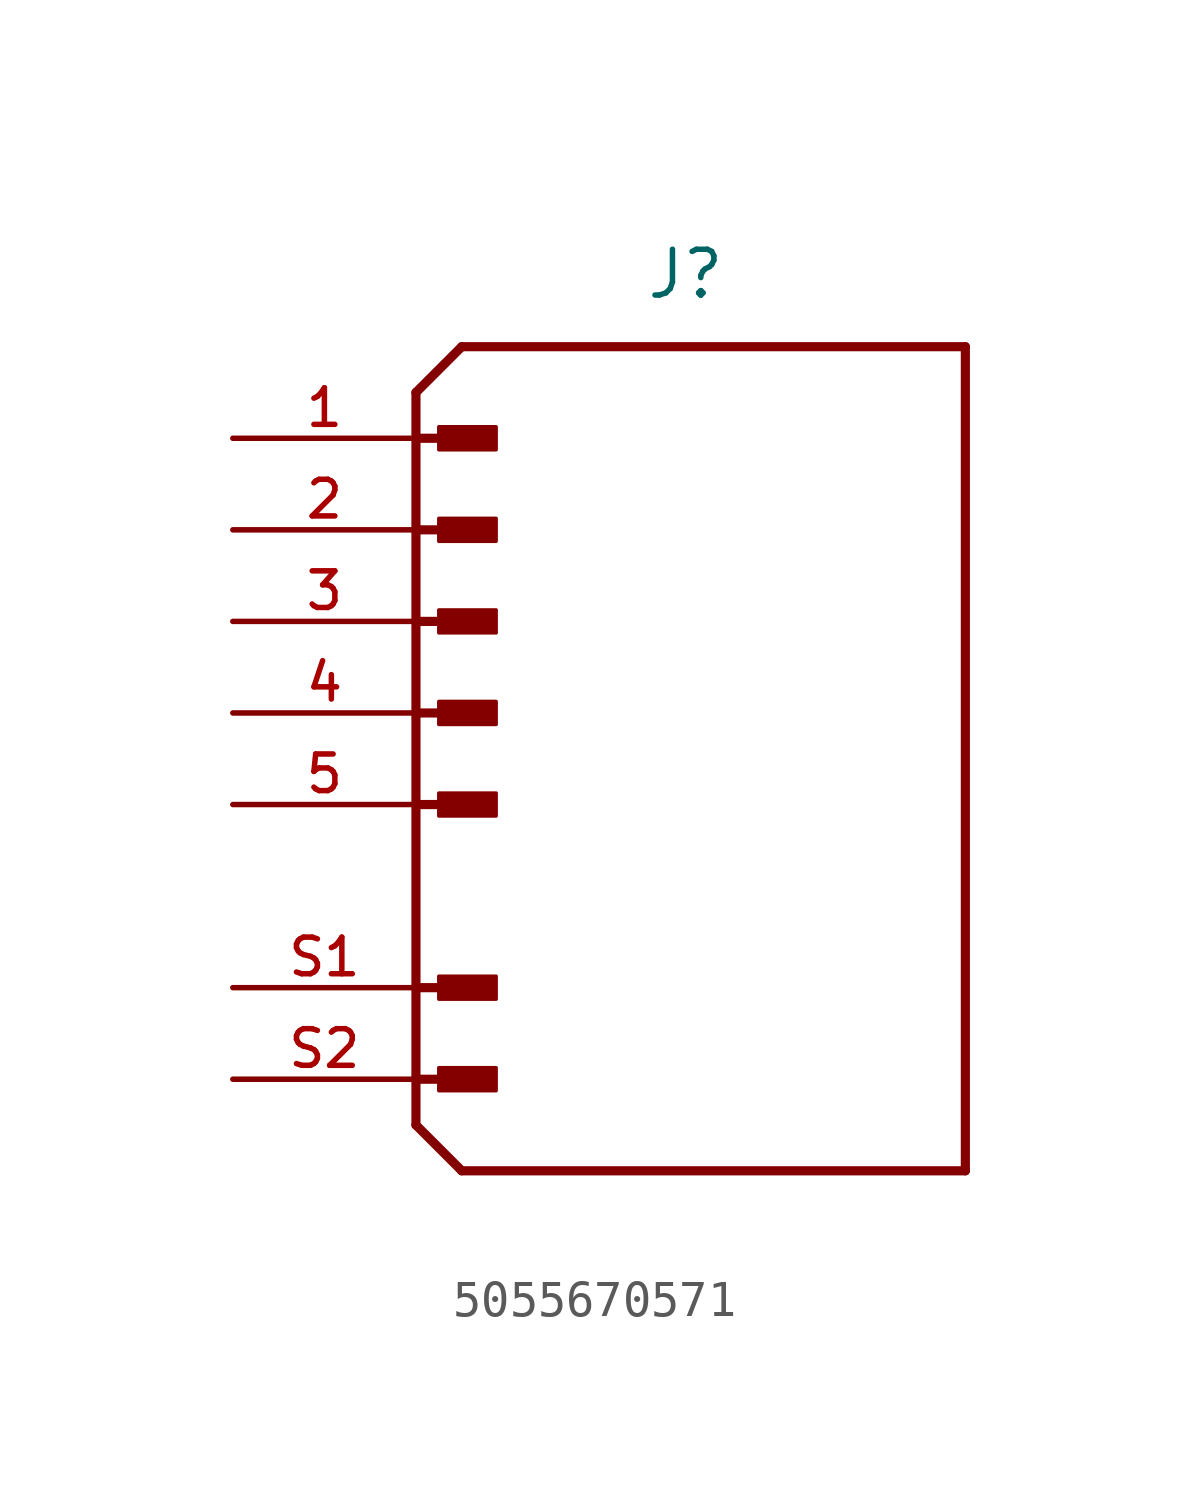
<source format=kicad_sym>
(kicad_symbol_lib
  (version 20211014)
  (generator kicad_symbol_editor)
  (symbol "5055670571"
    (pin_names
      (offset 1.016))
    (property "Reference" "J"
      (at -1.27 11.43 0)
      (effects (font (size 1.27 1.27)) (justify left bottom)))
    (symbol "5055670571_0_0"
      (rectangle (start -6.985 -10.477) (end -5.397 -9.842) (stroke (width 0.1) (type default) (color 0 0 0 0)) (fill (type outline)))
      (rectangle (start -6.985 -7.938) (end -5.397 -7.303) (stroke (width 0.1) (type default) (color 0 0 0 0)) (fill (type outline)))
      (rectangle (start -6.985 -2.857) (end -5.397 -2.223) (stroke (width 0.1) (type default) (color 0 0 0 0)) (fill (type outline)))
      (rectangle (start -6.985 -0.318) (end -5.397 0.318) (stroke (width 0.1) (type default) (color 0 0 0 0)) (fill (type outline)))
      (rectangle (start -6.985 2.223) (end -5.397 2.857) (stroke (width 0.1) (type default) (color 0 0 0 0)) (fill (type outline)))
      (rectangle (start -6.985 4.763) (end -5.397 5.397) (stroke (width 0.1) (type default) (color 0 0 0 0)) (fill (type outline)))
      (rectangle (start -6.985 7.303) (end -5.397 7.938) (stroke (width 0.1) (type default) (color 0 0 0 0)) (fill (type outline)))
      (polyline (pts (xy -7.62 -11.43) (xy -6.35 -12.7)) (stroke (width 0.254) (type default) (color 0 0 0 0)) (fill (type none)))
      (polyline (pts (xy -7.62 -10.16) (xy -5.715 -10.16)) (stroke (width 0.254) (type default) (color 0 0 0 0)) (fill (type none)))
      (polyline (pts (xy -7.62 -7.62) (xy -5.715 -7.62)) (stroke (width 0.254) (type default) (color 0 0 0 0)) (fill (type none)))
      (polyline (pts (xy -7.62 -2.54) (xy -5.715 -2.54)) (stroke (width 0.254) (type default) (color 0 0 0 0)) (fill (type none)))
      (polyline (pts (xy -7.62 0) (xy -5.715 0)) (stroke (width 0.254) (type default) (color 0 0 0 0)) (fill (type none)))
      (polyline (pts (xy -7.62 2.54) (xy -5.715 2.54)) (stroke (width 0.254) (type default) (color 0 0 0 0)) (fill (type none)))
      (polyline (pts (xy -7.62 5.08) (xy -5.715 5.08)) (stroke (width 0.254) (type default) (color 0 0 0 0)) (fill (type none)))
      (polyline (pts (xy -7.62 7.62) (xy -7.62 -11.43)) (stroke (width 0.254) (type default) (color 0 0 0 0)) (fill (type none)))
      (polyline (pts (xy -7.62 7.62) (xy -5.715 7.62)) (stroke (width 0.254) (type default) (color 0 0 0 0)) (fill (type none)))
      (polyline (pts (xy -7.62 8.89) (xy -7.62 7.62)) (stroke (width 0.254) (type default) (color 0 0 0 0)) (fill (type none)))
      (polyline (pts (xy -7.62 8.89) (xy -6.35 10.16)) (stroke (width 0.254) (type default) (color 0 0 0 0)) (fill (type none)))
      (polyline (pts (xy -6.35 -12.7) (xy 7.62 -12.7)) (stroke (width 0.254) (type default) (color 0 0 0 0)) (fill (type none)))
      (polyline (pts (xy 7.62 -12.7) (xy 7.62 10.16)) (stroke (width 0.254) (type default) (color 0 0 0 0)) (fill (type none)))
      (polyline (pts (xy 7.62 10.16) (xy -6.35 10.16)) (stroke (width 0.254) (type default) (color 0 0 0 0)) (fill (type none)))
      (pin passive line (at -12.7 7.62 0) (length 5.08) (name "" (effects (font (size 1.016 1.016)))) (number "1" (effects (font (size 1.016 1.016)))))
      (pin passive line (at -12.7 5.08 0) (length 5.08) (name "" (effects (font (size 1.016 1.016)))) (number "2" (effects (font (size 1.016 1.016)))))
      (pin passive line (at -12.7 2.54 0) (length 5.08) (name "" (effects (font (size 1.016 1.016)))) (number "3" (effects (font (size 1.016 1.016)))))
      (pin passive line (at -12.7 0 0) (length 5.08) (name "" (effects (font (size 1.016 1.016)))) (number "4" (effects (font (size 1.016 1.016)))))
      (pin passive line (at -12.7 -2.54 0) (length 5.08) (name "" (effects (font (size 1.016 1.016)))) (number "5" (effects (font (size 1.016 1.016)))))
      (pin passive line (at -12.7 -7.62 0) (length 5.08) (name "" (effects (font (size 1.016 1.016)))) (number "S1" (effects (font (size 1.016 1.016)))))
      (pin passive line (at -12.7 -10.16 0) (length 5.08) (name "" (effects (font (size 1.016 1.016)))) (number "S2" (effects (font (size 1.016 1.016))))))))
</source>
